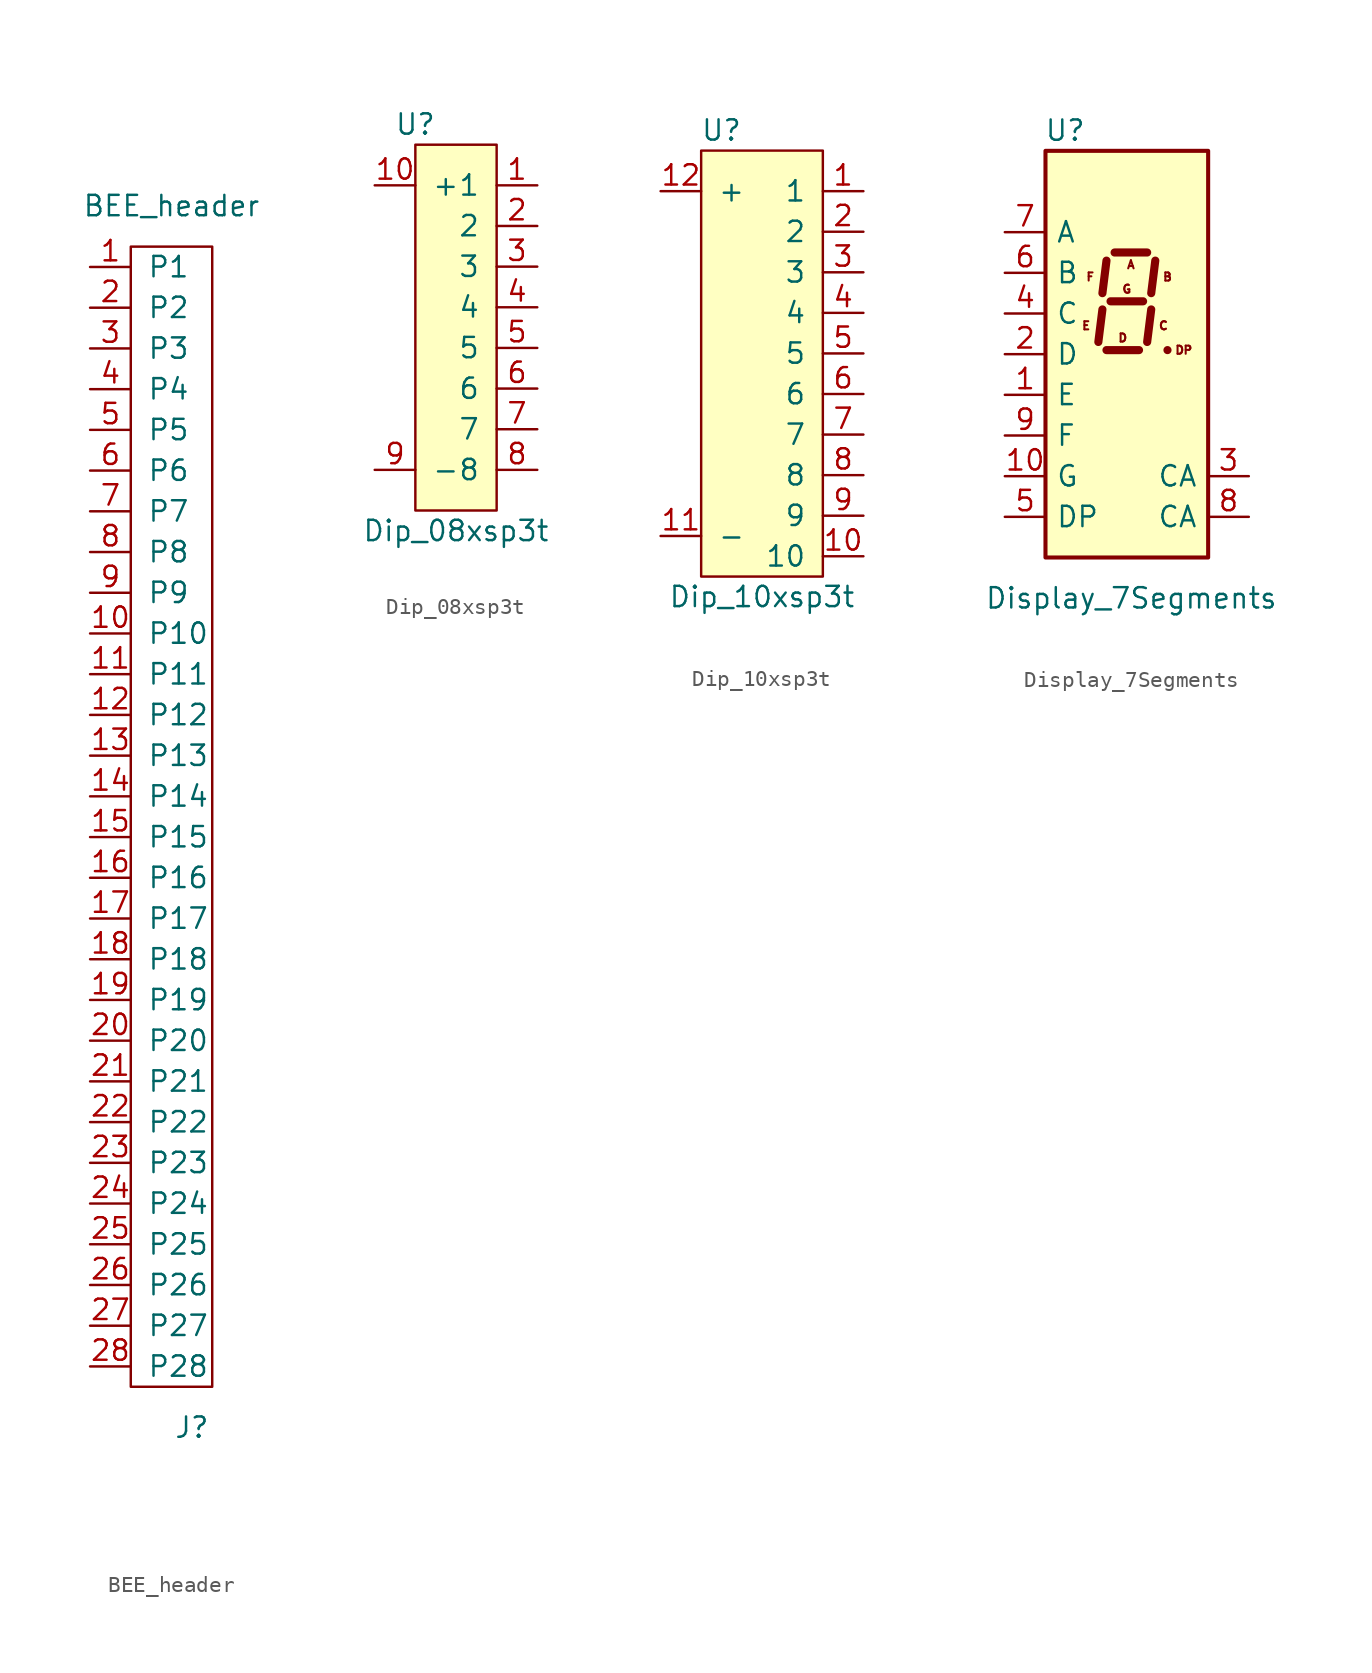
<source format=kicad_sym>
(kicad_symbol_lib
  (version 20211014)
  (generator kicad_symbol_editor)
  (symbol "BEE_header"
    (pin_names
      (offset 1.016))
    (property "Reference" "J"
      (at 1.27 -38.1 0)
      (effects (font (size 1.27 1.27))))
    (property "Value" "BEE_header"
      (at 0 38.1 0)
      (effects (font (size 1.27 1.27))))
    (symbol "BEE_header_0_1"
      (rectangle (start -2.54 35.56) (end 2.54 -35.56) (stroke (width 0) (type default) (color 0 0 0 0)) (fill (type none))))
    (symbol "BEE_header_1_1"
      (pin bidirectional line (at -5.08 34.29 0) (length 2.54) (name "P1" (effects (font (size 1.27 1.27)))) (number "1" (effects (font (size 1.27 1.27)))))
      (pin bidirectional line (at -5.08 11.43 0) (length 2.54) (name "P10" (effects (font (size 1.27 1.27)))) (number "10" (effects (font (size 1.27 1.27)))))
      (pin bidirectional line (at -5.08 8.89 0) (length 2.54) (name "P11" (effects (font (size 1.27 1.27)))) (number "11" (effects (font (size 1.27 1.27)))))
      (pin bidirectional line (at -5.08 6.35 0) (length 2.54) (name "P12" (effects (font (size 1.27 1.27)))) (number "12" (effects (font (size 1.27 1.27)))))
      (pin output line (at -5.08 3.81 0) (length 2.54) (name "P13" (effects (font (size 1.27 1.27)))) (number "13" (effects (font (size 1.27 1.27)))))
      (pin bidirectional line (at -5.08 1.27 0) (length 2.54) (name "P14" (effects (font (size 1.27 1.27)))) (number "14" (effects (font (size 1.27 1.27)))))
      (pin bidirectional line (at -5.08 -1.27 0) (length 2.54) (name "P15" (effects (font (size 1.27 1.27)))) (number "15" (effects (font (size 1.27 1.27)))))
      (pin output line (at -5.08 -3.81 0) (length 2.54) (name "P16" (effects (font (size 1.27 1.27)))) (number "16" (effects (font (size 1.27 1.27)))))
      (pin bidirectional line (at -5.08 -6.35 0) (length 2.54) (name "P17" (effects (font (size 1.27 1.27)))) (number "17" (effects (font (size 1.27 1.27)))))
      (pin bidirectional line (at -5.08 -8.89 0) (length 2.54) (name "P18" (effects (font (size 1.27 1.27)))) (number "18" (effects (font (size 1.27 1.27)))))
      (pin bidirectional line (at -5.08 -11.43 0) (length 2.54) (name "P19" (effects (font (size 1.27 1.27)))) (number "19" (effects (font (size 1.27 1.27)))))
      (pin bidirectional line (at -5.08 31.75 0) (length 2.54) (name "P2" (effects (font (size 1.27 1.27)))) (number "2" (effects (font (size 1.27 1.27)))))
      (pin bidirectional line (at -5.08 -13.97 0) (length 2.54) (name "P20" (effects (font (size 1.27 1.27)))) (number "20" (effects (font (size 1.27 1.27)))))
      (pin bidirectional line (at -5.08 -16.51 0) (length 2.54) (name "P21" (effects (font (size 1.27 1.27)))) (number "21" (effects (font (size 1.27 1.27)))))
      (pin bidirectional line (at -5.08 -19.05 0) (length 2.54) (name "P22" (effects (font (size 1.27 1.27)))) (number "22" (effects (font (size 1.27 1.27)))))
      (pin bidirectional line (at -5.08 -21.59 0) (length 2.54) (name "P23" (effects (font (size 1.27 1.27)))) (number "23" (effects (font (size 1.27 1.27)))))
      (pin bidirectional line (at -5.08 -24.13 0) (length 2.54) (name "P24" (effects (font (size 1.27 1.27)))) (number "24" (effects (font (size 1.27 1.27)))))
      (pin bidirectional line (at -5.08 -26.67 0) (length 2.54) (name "P25" (effects (font (size 1.27 1.27)))) (number "25" (effects (font (size 1.27 1.27)))))
      (pin bidirectional line (at -5.08 -29.21 0) (length 2.54) (name "P26" (effects (font (size 1.27 1.27)))) (number "26" (effects (font (size 1.27 1.27)))))
      (pin bidirectional line (at -5.08 -31.75 0) (length 2.54) (name "P27" (effects (font (size 1.27 1.27)))) (number "27" (effects (font (size 1.27 1.27)))))
      (pin bidirectional line (at -5.08 -34.29 0) (length 2.54) (name "P28" (effects (font (size 1.27 1.27)))) (number "28" (effects (font (size 1.27 1.27)))))
      (pin bidirectional line (at -5.08 29.21 0) (length 2.54) (name "P3" (effects (font (size 1.27 1.27)))) (number "3" (effects (font (size 1.27 1.27)))))
      (pin bidirectional line (at -5.08 26.67 0) (length 2.54) (name "P4" (effects (font (size 1.27 1.27)))) (number "4" (effects (font (size 1.27 1.27)))))
      (pin bidirectional line (at -5.08 24.13 0) (length 2.54) (name "P5" (effects (font (size 1.27 1.27)))) (number "5" (effects (font (size 1.27 1.27)))))
      (pin bidirectional line (at -5.08 21.59 0) (length 2.54) (name "P6" (effects (font (size 1.27 1.27)))) (number "6" (effects (font (size 1.27 1.27)))))
      (pin bidirectional line (at -5.08 19.05 0) (length 2.54) (name "P7" (effects (font (size 1.27 1.27)))) (number "7" (effects (font (size 1.27 1.27)))))
      (pin bidirectional line (at -5.08 16.51 0) (length 2.54) (name "P8" (effects (font (size 1.27 1.27)))) (number "8" (effects (font (size 1.27 1.27)))))
      (pin bidirectional line (at -5.08 13.97 0) (length 2.54) (name "P9" (effects (font (size 1.27 1.27)))) (number "9" (effects (font (size 1.27 1.27)))))))
  (symbol "Dip_08xsp3t"
    (pin_names
      (offset 1.016))
    (property "Reference" "U"
      (at -2.794 12.7 0)
      (effects (font (size 1.27 1.27))))
    (property "Value" "Dip_08xsp3t"
      (at -0.254 -12.7 0)
      (effects (font (size 1.27 1.27))))
    (symbol "Dip_08xsp3t_0_1"
      (rectangle (start -2.794 11.43) (end 2.286 -11.43) (stroke (width 0) (type default) (color 0 0 0 0)) (fill (type background))))
    (symbol "Dip_08xsp3t_1_1"
      (pin input line (at 4.826 8.89 180) (length 2.54) (name "1" (effects (font (size 1.27 1.27)))) (number "1" (effects (font (size 1.27 1.27)))))
      (pin input line (at -5.334 8.89 0) (length 2.54) (name "+" (effects (font (size 1.27 1.27)))) (number "10" (effects (font (size 1.27 1.27)))))
      (pin input line (at 4.826 6.35 180) (length 2.54) (name "2" (effects (font (size 1.27 1.27)))) (number "2" (effects (font (size 1.27 1.27)))))
      (pin input line (at 4.826 3.81 180) (length 2.54) (name "3" (effects (font (size 1.27 1.27)))) (number "3" (effects (font (size 1.27 1.27)))))
      (pin input line (at 4.826 1.27 180) (length 2.54) (name "4" (effects (font (size 1.27 1.27)))) (number "4" (effects (font (size 1.27 1.27)))))
      (pin input line (at 4.826 -1.27 180) (length 2.54) (name "5" (effects (font (size 1.27 1.27)))) (number "5" (effects (font (size 1.27 1.27)))))
      (pin input line (at 4.826 -3.81 180) (length 2.54) (name "6" (effects (font (size 1.27 1.27)))) (number "6" (effects (font (size 1.27 1.27)))))
      (pin input line (at 4.826 -6.35 180) (length 2.54) (name "7" (effects (font (size 1.27 1.27)))) (number "7" (effects (font (size 1.27 1.27)))))
      (pin input line (at 4.826 -8.89 180) (length 2.54) (name "8" (effects (font (size 1.27 1.27)))) (number "8" (effects (font (size 1.27 1.27)))))
      (pin input line (at -5.334 -8.89 0) (length 2.54) (name "-" (effects (font (size 1.27 1.27)))) (number "9" (effects (font (size 1.27 1.27)))))))
  (symbol "Dip_10xsp3t"
    (pin_names
      (offset 1.016))
    (property "Reference" "U"
      (at -2.54 15.24 0)
      (effects (font (size 1.27 1.27))))
    (property "Value" "Dip_10xsp3t"
      (at 0 -13.97 0)
      (effects (font (size 1.27 1.27))))
    (symbol "Dip_10xsp3t_0_1"
      (rectangle (start -3.81 13.97) (end 3.81 -12.7) (stroke (width 0) (type default) (color 0 0 0 0)) (fill (type background))))
    (symbol "Dip_10xsp3t_1_1"
      (pin input line (at 6.35 11.43 180) (length 2.54) (name "1" (effects (font (size 1.27 1.27)))) (number "1" (effects (font (size 1.27 1.27)))))
      (pin input line (at 6.35 -11.43 180) (length 2.54) (name "10" (effects (font (size 1.27 1.27)))) (number "10" (effects (font (size 1.27 1.27)))))
      (pin input line (at -6.35 -10.16 0) (length 2.54) (name "-" (effects (font (size 1.27 1.27)))) (number "11" (effects (font (size 1.27 1.27)))))
      (pin input line (at -6.35 11.43 0) (length 2.54) (name "+" (effects (font (size 1.27 1.27)))) (number "12" (effects (font (size 1.27 1.27)))))
      (pin input line (at 6.35 8.89 180) (length 2.54) (name "2" (effects (font (size 1.27 1.27)))) (number "2" (effects (font (size 1.27 1.27)))))
      (pin input line (at 6.35 6.35 180) (length 2.54) (name "3" (effects (font (size 1.27 1.27)))) (number "3" (effects (font (size 1.27 1.27)))))
      (pin input line (at 6.35 3.81 180) (length 2.54) (name "4" (effects (font (size 1.27 1.27)))) (number "4" (effects (font (size 1.27 1.27)))))
      (pin input line (at 6.35 1.27 180) (length 2.54) (name "5" (effects (font (size 1.27 1.27)))) (number "5" (effects (font (size 1.27 1.27)))))
      (pin input line (at 6.35 -1.27 180) (length 2.54) (name "6" (effects (font (size 1.27 1.27)))) (number "6" (effects (font (size 1.27 1.27)))))
      (pin input line (at 6.35 -3.81 180) (length 2.54) (name "7" (effects (font (size 1.27 1.27)))) (number "7" (effects (font (size 1.27 1.27)))))
      (pin input line (at 6.35 -6.35 180) (length 2.54) (name "8" (effects (font (size 1.27 1.27)))) (number "8" (effects (font (size 1.27 1.27)))))
      (pin input line (at 6.35 -8.89 180) (length 2.54) (name "9" (effects (font (size 1.27 1.27)))) (number "9" (effects (font (size 1.27 1.27)))))))
  (symbol "Display_7Segments"
    (pin_names
      (offset 0.635))
    (property "Reference" "U"
      (at -2.54 13.97 0)
      (effects (font (size 1.27 1.27)) (justify right)))
    (property "Value" "Display_7Segments"
      (at -8.89 -15.24 0)
      (effects (font (size 1.27 1.27)) (justify left)))
    (symbol "Display_7Segments_0_0"
      (text "A" (at 0.254 5.588 0) (effects (font (size 0.508 0.508))))
      (text "B" (at 2.54 4.826 0) (effects (font (size 0.508 0.508))))
      (text "C" (at 2.286 1.778 0) (effects (font (size 0.508 0.508))))
      (text "D" (at -0.254 1.016 0) (effects (font (size 0.508 0.508))))
      (text "DP" (at 3.556 0.254 0) (effects (font (size 0.508 0.508))))
      (text "E" (at -2.54 1.778 0) (effects (font (size 0.508 0.508))))
      (text "F" (at -2.286 4.826 0) (effects (font (size 0.508 0.508))))
      (text "G" (at 0 4.064 0) (effects (font (size 0.508 0.508)))))
    (symbol "Display_7Segments_0_1"
      (rectangle (start -5.08 12.7) (end 5.08 -12.7) (stroke (width 0.254) (type default) (color 0 0 0 0)) (fill (type background)))
      (polyline (pts (xy -1.524 2.794) (xy -1.778 0.762)) (stroke (width 0.508) (type default) (color 0 0 0 0)) (fill (type none)))
      (polyline (pts (xy -1.27 0.254) (xy 0.762 0.254)) (stroke (width 0.508) (type default) (color 0 0 0 0)) (fill (type none)))
      (polyline (pts (xy -1.27 5.842) (xy -1.524 3.81)) (stroke (width 0.508) (type default) (color 0 0 0 0)) (fill (type none)))
      (polyline (pts (xy -1.016 3.302) (xy 1.016 3.302)) (stroke (width 0.508) (type default) (color 0 0 0 0)) (fill (type none)))
      (polyline (pts (xy -0.762 6.35) (xy 1.27 6.35)) (stroke (width 0.508) (type default) (color 0 0 0 0)) (fill (type none)))
      (polyline (pts (xy 1.524 2.794) (xy 1.27 0.762)) (stroke (width 0.508) (type default) (color 0 0 0 0)) (fill (type none)))
      (polyline (pts (xy 1.778 5.842) (xy 1.524 3.81)) (stroke (width 0.508) (type default) (color 0 0 0 0)) (fill (type none)))
      (polyline (pts (xy 2.54 0.254) (xy 2.54 0.254)) (stroke (width 0.508) (type default) (color 0 0 0 0)) (fill (type none))))
    (symbol "Display_7Segments_1_1"
      (pin input line (at -7.62 -2.54 0) (length 2.54) (name "E" (effects (font (size 1.27 1.27)))) (number "1" (effects (font (size 1.27 1.27)))))
      (pin input line (at -7.62 -7.62 0) (length 2.54) (name "G" (effects (font (size 1.27 1.27)))) (number "10" (effects (font (size 1.27 1.27)))))
      (pin input line (at -7.62 0 0) (length 2.54) (name "D" (effects (font (size 1.27 1.27)))) (number "2" (effects (font (size 1.27 1.27)))))
      (pin input line (at 7.62 -7.62 180) (length 2.54) (name "CA" (effects (font (size 1.27 1.27)))) (number "3" (effects (font (size 1.27 1.27)))))
      (pin input line (at -7.62 2.54 0) (length 2.54) (name "C" (effects (font (size 1.27 1.27)))) (number "4" (effects (font (size 1.27 1.27)))))
      (pin input line (at -7.62 -10.16 0) (length 2.54) (name "DP" (effects (font (size 1.27 1.27)))) (number "5" (effects (font (size 1.27 1.27)))))
      (pin input line (at -7.62 5.08 0) (length 2.54) (name "B" (effects (font (size 1.27 1.27)))) (number "6" (effects (font (size 1.27 1.27)))))
      (pin input line (at -7.62 7.62 0) (length 2.54) (name "A" (effects (font (size 1.27 1.27)))) (number "7" (effects (font (size 1.27 1.27)))))
      (pin input line (at 7.62 -10.16 180) (length 2.54) (name "CA" (effects (font (size 1.27 1.27)))) (number "8" (effects (font (size 1.27 1.27)))))
      (pin input line (at -7.62 -5.08 0) (length 2.54) (name "F" (effects (font (size 1.27 1.27)))) (number "9" (effects (font (size 1.27 1.27))))))))
</source>
